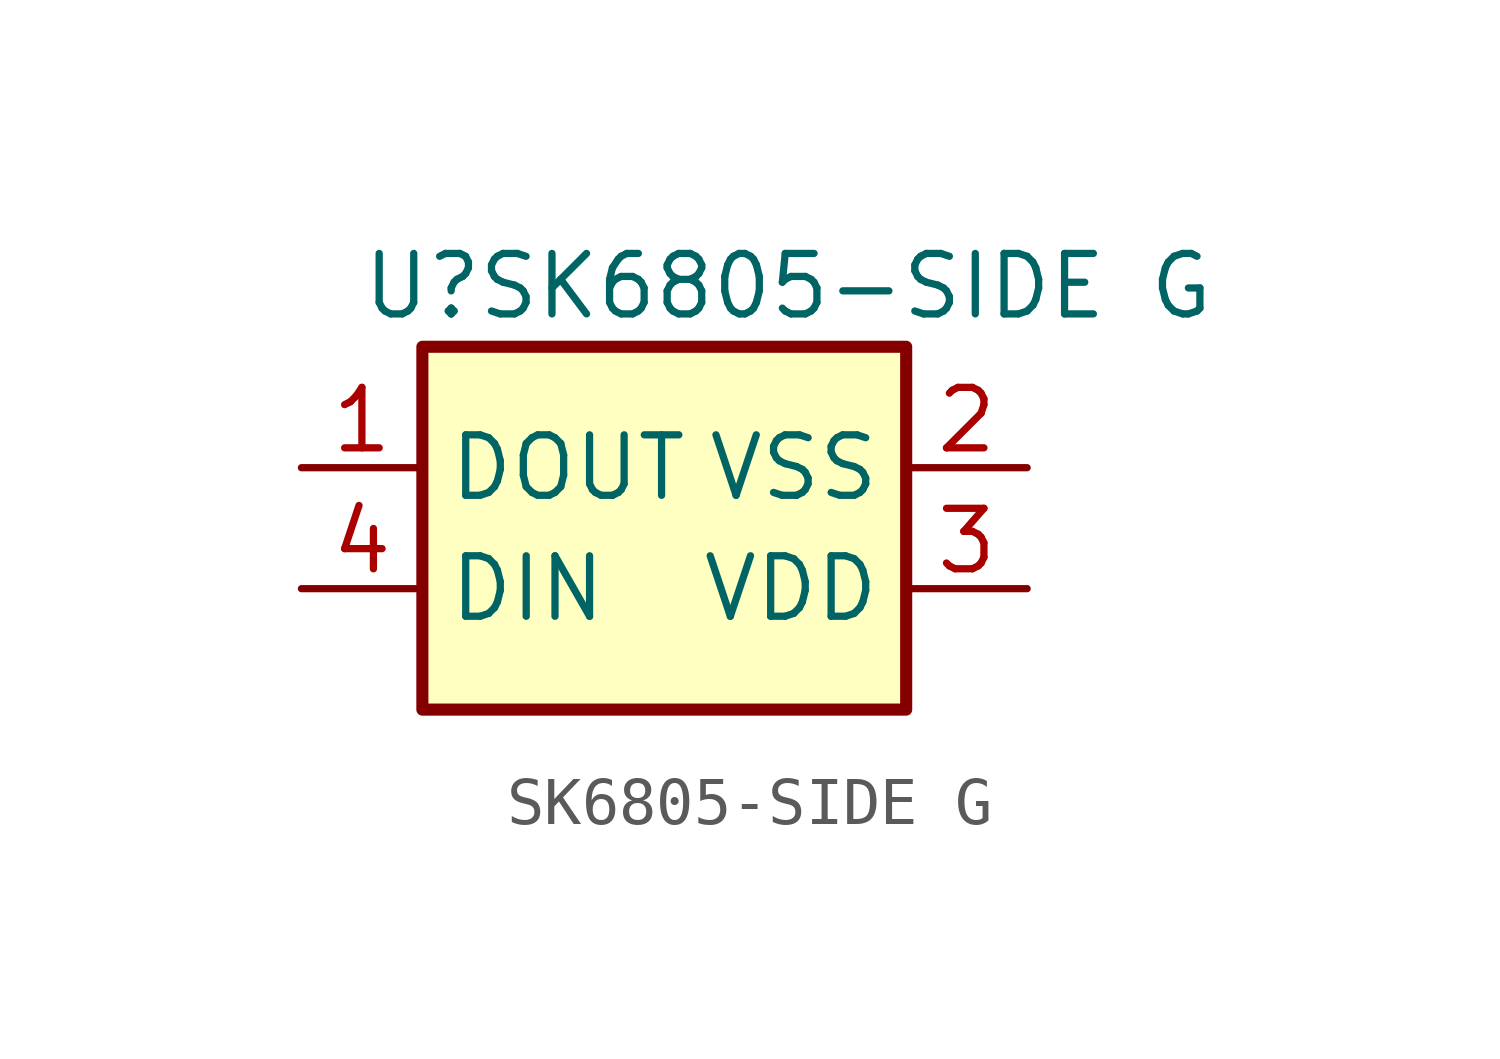
<source format=kicad_sym>
(kicad_symbol_lib
  (version 20211014)
  (generator kicad_symbol_editor)
  (symbol "SK6805-SIDE G"
    (property "Reference" "U"
      (at -5.08 6.35 0)
      (effects (font (size 1.27 1.27))))
    (property "Value" "SK6805-SIDE G"
      (at 3.81 6.35 0)
      (effects (font (size 1.27 1.27))))
    (symbol "SK6805-SIDE G_0_1"
      (rectangle (start -5.08 5.08) (end 5.08 -2.54) (stroke (width 0.254) (type default) (color 0 0 0 0)) (fill (type background))))
    (symbol "SK6805-SIDE G_1_1"
      (pin output line (at -7.62 2.54 0) (length 2.54) (name "DOUT" (effects (font (size 1.27 1.27)))) (number "1" (effects (font (size 1.27 1.27)))))
      (pin power_in line (at 7.62 2.54 180) (length 2.54) (name "VSS" (effects (font (size 1.27 1.27)))) (number "2" (effects (font (size 1.27 1.27)))))
      (pin power_in line (at 7.62 0 180) (length 2.54) (name "VDD" (effects (font (size 1.27 1.27)))) (number "3" (effects (font (size 1.27 1.27)))))
      (pin input line (at -7.62 0 0) (length 2.54) (name "DIN" (effects (font (size 1.27 1.27)))) (number "4" (effects (font (size 1.27 1.27))))))))
</source>
